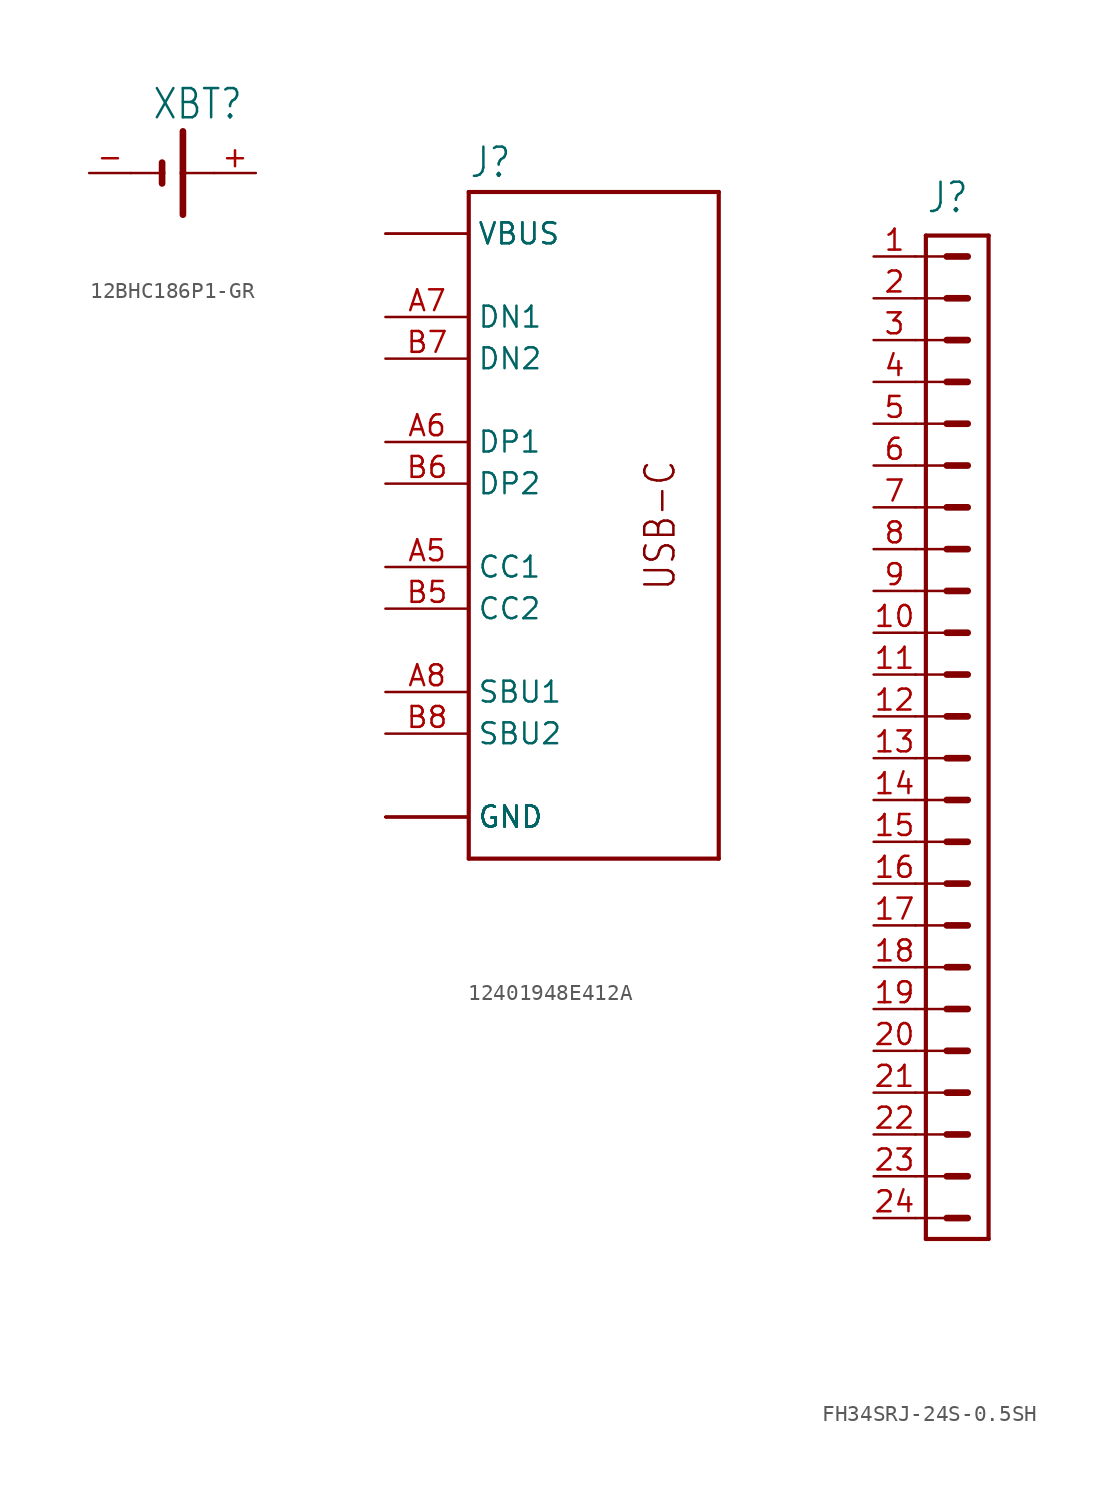
<source format=kicad_sym>
(kicad_symbol_lib
  (version 20231120)
  (generator "kicad_symbol_editor")
  (generator_version "8.0")
  (symbol "12BHC186P1-GR"
    (property "Reference" "XBT"
      (at -1.27 3.175 0)
      (effects (font (size 1.778 1.511)) (justify left bottom)))
    (property "Value" ""
      (at -1.27 -5.08 0)
      (effects (font (size 1.778 1.511)) (justify left bottom)))
    (property "ki_locked" ""
      (at 0 0 0)
      (effects (font (size 1.27 1.27))))
    (symbol "12BHC186P1-GR_1_0"
      (polyline (pts (xy -2.54 0) (xy -0.635 0)) (stroke (width 0.152) (type solid)) (fill (type none)))
      (polyline (pts (xy -0.635 0) (xy -0.635 -0.635)) (stroke (width 0.406) (type solid)) (fill (type none)))
      (polyline (pts (xy -0.635 0.635) (xy -0.635 0)) (stroke (width 0.406) (type solid)) (fill (type none)))
      (polyline (pts (xy 0.635 0) (xy 0.635 -2.54)) (stroke (width 0.406) (type solid)) (fill (type none)))
      (polyline (pts (xy 0.635 0) (xy 2.54 0)) (stroke (width 0.152) (type solid)) (fill (type none)))
      (polyline (pts (xy 0.635 2.54) (xy 0.635 0)) (stroke (width 0.406) (type solid)) (fill (type none)))
      (pin passive line (at 5.08 0 180) (length 2.54) (name "+" (effects (font (size 0 0)))) (number "+" (effects (font (size 1.27 1.27)))))
      (pin passive line (at -5.08 0 0) (length 2.54) (name "-" (effects (font (size 0 0)))) (number "-" (effects (font (size 1.27 1.27)))))))
  (symbol "12401948E412A"
    (property "Reference" "J"
      (at -10.16 13.462 0)
      (effects (font (size 1.778 1.511)) (justify left bottom)))
    (property "Value" ""
      (at -10.16 -30.48 0)
      (effects (font (size 1.778 1.511)) (justify left bottom)))
    (property "ki_locked" ""
      (at 0 0 0)
      (effects (font (size 1.27 1.27))))
    (symbol "12401948E412A_1_0"
      (polyline (pts (xy -10.16 -27.94) (xy 5.08 -27.94)) (stroke (width 0.254) (type solid)) (fill (type none)))
      (polyline (pts (xy -10.16 12.7) (xy -10.16 -27.94)) (stroke (width 0.254) (type solid)) (fill (type none)))
      (polyline (pts (xy 5.08 -27.94) (xy 5.08 12.7)) (stroke (width 0.254) (type solid)) (fill (type none)))
      (polyline (pts (xy 5.08 12.7) (xy -10.16 12.7)) (stroke (width 0.254) (type solid)) (fill (type none)))
      (text "USB-C" (at 2.54 -7.62 900) (effects (font (size 1.778 1.511)) (justify bottom)))
      (pin bidirectional line (at -15.24 -25.4 0) (length 5.08) (name "GND" (effects (font (size 1.27 1.27)))) (number "A1B12" (effects (font (size 0 0)))))
      (pin bidirectional line (at -15.24 10.16 0) (length 5.08) (name "VBUS" (effects (font (size 1.27 1.27)))) (number "A4B9" (effects (font (size 0 0)))))
      (pin bidirectional line (at -15.24 -10.16 0) (length 5.08) (name "CC1" (effects (font (size 1.27 1.27)))) (number "A5" (effects (font (size 1.27 1.27)))))
      (pin bidirectional line (at -15.24 -2.54 0) (length 5.08) (name "DP1" (effects (font (size 1.27 1.27)))) (number "A6" (effects (font (size 1.27 1.27)))))
      (pin bidirectional line (at -15.24 5.08 0) (length 5.08) (name "DN1" (effects (font (size 1.27 1.27)))) (number "A7" (effects (font (size 1.27 1.27)))))
      (pin bidirectional line (at -15.24 -17.78 0) (length 5.08) (name "SBU1" (effects (font (size 1.27 1.27)))) (number "A8" (effects (font (size 1.27 1.27)))))
      (pin bidirectional line (at -15.24 -25.4 0) (length 5.08) (name "GND" (effects (font (size 1.27 1.27)))) (number "B1A12" (effects (font (size 0 0)))))
      (pin bidirectional line (at -15.24 10.16 0) (length 5.08) (name "VBUS" (effects (font (size 1.27 1.27)))) (number "B4A9" (effects (font (size 0 0)))))
      (pin bidirectional line (at -15.24 -12.7 0) (length 5.08) (name "CC2" (effects (font (size 1.27 1.27)))) (number "B5" (effects (font (size 1.27 1.27)))))
      (pin bidirectional line (at -15.24 -5.08 0) (length 5.08) (name "DP2" (effects (font (size 1.27 1.27)))) (number "B6" (effects (font (size 1.27 1.27)))))
      (pin bidirectional line (at -15.24 2.54 0) (length 5.08) (name "DN2" (effects (font (size 1.27 1.27)))) (number "B7" (effects (font (size 1.27 1.27)))))
      (pin bidirectional line (at -15.24 -20.32 0) (length 5.08) (name "SBU2" (effects (font (size 1.27 1.27)))) (number "B8" (effects (font (size 1.27 1.27)))))
      (pin bidirectional line (at -15.24 -25.4 0) (length 5.08) (name "GND" (effects (font (size 1.27 1.27)))) (number "M1" (effects (font (size 0 0)))))
      (pin bidirectional line (at -15.24 -25.4 0) (length 5.08) (name "GND" (effects (font (size 1.27 1.27)))) (number "M2" (effects (font (size 0 0)))))
      (pin bidirectional line (at -15.24 -25.4 0) (length 5.08) (name "GND" (effects (font (size 1.27 1.27)))) (number "M3" (effects (font (size 0 0)))))
      (pin bidirectional line (at -15.24 -25.4 0) (length 5.08) (name "GND" (effects (font (size 1.27 1.27)))) (number "M4" (effects (font (size 0 0)))))))
  (symbol "FH34SRJ-24S-0.5SH"
    (property "Reference" "J"
      (at -1.905 30.48 0)
      (effects (font (size 1.778 1.511)) (justify left bottom)))
    (property "Value" ""
      (at -1.905 -34.608 0)
      (effects (font (size 1.778 1.511)) (justify left bottom)))
    (property "ki_locked" ""
      (at 0 0 0)
      (effects (font (size 1.27 1.27))))
    (symbol "FH34SRJ-24S-0.5SH_1_0"
      (polyline (pts (xy -2.54 -30.48) (xy -0.635 -30.48)) (stroke (width 0.152) (type solid)) (fill (type none)))
      (polyline (pts (xy -2.54 -27.94) (xy -0.635 -27.94)) (stroke (width 0.152) (type solid)) (fill (type none)))
      (polyline (pts (xy -2.54 -25.4) (xy -0.635 -25.4)) (stroke (width 0.152) (type solid)) (fill (type none)))
      (polyline (pts (xy -2.54 -22.86) (xy -0.635 -22.86)) (stroke (width 0.152) (type solid)) (fill (type none)))
      (polyline (pts (xy -2.54 -20.32) (xy -0.635 -20.32)) (stroke (width 0.152) (type solid)) (fill (type none)))
      (polyline (pts (xy -2.54 -17.78) (xy -0.635 -17.78)) (stroke (width 0.152) (type solid)) (fill (type none)))
      (polyline (pts (xy -2.54 -15.24) (xy -0.635 -15.24)) (stroke (width 0.152) (type solid)) (fill (type none)))
      (polyline (pts (xy -2.54 -12.7) (xy -0.635 -12.7)) (stroke (width 0.152) (type solid)) (fill (type none)))
      (polyline (pts (xy -2.54 -10.16) (xy -0.635 -10.16)) (stroke (width 0.152) (type solid)) (fill (type none)))
      (polyline (pts (xy -2.54 -7.62) (xy -0.635 -7.62)) (stroke (width 0.152) (type solid)) (fill (type none)))
      (polyline (pts (xy -2.54 -5.08) (xy -0.635 -5.08)) (stroke (width 0.152) (type solid)) (fill (type none)))
      (polyline (pts (xy -2.54 -2.54) (xy -0.635 -2.54)) (stroke (width 0.152) (type solid)) (fill (type none)))
      (polyline (pts (xy -2.54 0) (xy -0.635 0)) (stroke (width 0.152) (type solid)) (fill (type none)))
      (polyline (pts (xy -2.54 2.54) (xy -0.635 2.54)) (stroke (width 0.152) (type solid)) (fill (type none)))
      (polyline (pts (xy -2.54 5.08) (xy -0.635 5.08)) (stroke (width 0.152) (type solid)) (fill (type none)))
      (polyline (pts (xy -2.54 7.62) (xy -0.635 7.62)) (stroke (width 0.152) (type solid)) (fill (type none)))
      (polyline (pts (xy -2.54 10.16) (xy -0.635 10.16)) (stroke (width 0.152) (type solid)) (fill (type none)))
      (polyline (pts (xy -2.54 12.7) (xy -0.635 12.7)) (stroke (width 0.152) (type solid)) (fill (type none)))
      (polyline (pts (xy -2.54 15.24) (xy -0.635 15.24)) (stroke (width 0.152) (type solid)) (fill (type none)))
      (polyline (pts (xy -2.54 17.78) (xy -0.635 17.78)) (stroke (width 0.152) (type solid)) (fill (type none)))
      (polyline (pts (xy -2.54 20.32) (xy -0.635 20.32)) (stroke (width 0.152) (type solid)) (fill (type none)))
      (polyline (pts (xy -2.54 22.86) (xy -0.635 22.86)) (stroke (width 0.152) (type solid)) (fill (type none)))
      (polyline (pts (xy -2.54 25.4) (xy -0.635 25.4)) (stroke (width 0.152) (type solid)) (fill (type none)))
      (polyline (pts (xy -2.54 27.94) (xy -0.635 27.94)) (stroke (width 0.152) (type solid)) (fill (type none)))
      (polyline (pts (xy -1.905 -31.75) (xy -1.905 29.21)) (stroke (width 0.254) (type solid)) (fill (type none)))
      (polyline (pts (xy -1.905 -31.75) (xy 1.905 -31.75)) (stroke (width 0.254) (type solid)) (fill (type none)))
      (polyline (pts (xy -0.635 -30.48) (xy 0.635 -30.48)) (stroke (width 0.406) (type solid)) (fill (type none)))
      (polyline (pts (xy -0.635 -27.94) (xy 0.635 -27.94)) (stroke (width 0.406) (type solid)) (fill (type none)))
      (polyline (pts (xy -0.635 -25.4) (xy 0.635 -25.4)) (stroke (width 0.406) (type solid)) (fill (type none)))
      (polyline (pts (xy -0.635 -22.86) (xy 0.635 -22.86)) (stroke (width 0.406) (type solid)) (fill (type none)))
      (polyline (pts (xy -0.635 -20.32) (xy 0.635 -20.32)) (stroke (width 0.406) (type solid)) (fill (type none)))
      (polyline (pts (xy -0.635 -17.78) (xy 0.635 -17.78)) (stroke (width 0.406) (type solid)) (fill (type none)))
      (polyline (pts (xy -0.635 -15.24) (xy 0.635 -15.24)) (stroke (width 0.406) (type solid)) (fill (type none)))
      (polyline (pts (xy -0.635 -12.7) (xy 0.635 -12.7)) (stroke (width 0.406) (type solid)) (fill (type none)))
      (polyline (pts (xy -0.635 -10.16) (xy 0.635 -10.16)) (stroke (width 0.406) (type solid)) (fill (type none)))
      (polyline (pts (xy -0.635 -7.62) (xy 0.635 -7.62)) (stroke (width 0.406) (type solid)) (fill (type none)))
      (polyline (pts (xy -0.635 -5.08) (xy 0.635 -5.08)) (stroke (width 0.406) (type solid)) (fill (type none)))
      (polyline (pts (xy -0.635 -2.54) (xy 0.635 -2.54)) (stroke (width 0.406) (type solid)) (fill (type none)))
      (polyline (pts (xy -0.635 0) (xy 0.635 0)) (stroke (width 0.406) (type solid)) (fill (type none)))
      (polyline (pts (xy -0.635 2.54) (xy 0.635 2.54)) (stroke (width 0.406) (type solid)) (fill (type none)))
      (polyline (pts (xy -0.635 5.08) (xy 0.635 5.08)) (stroke (width 0.406) (type solid)) (fill (type none)))
      (polyline (pts (xy -0.635 7.62) (xy 0.635 7.62)) (stroke (width 0.406) (type solid)) (fill (type none)))
      (polyline (pts (xy -0.635 10.16) (xy 0.635 10.16)) (stroke (width 0.406) (type solid)) (fill (type none)))
      (polyline (pts (xy -0.635 12.7) (xy 0.635 12.7)) (stroke (width 0.406) (type solid)) (fill (type none)))
      (polyline (pts (xy -0.635 15.24) (xy 0.635 15.24)) (stroke (width 0.406) (type solid)) (fill (type none)))
      (polyline (pts (xy -0.635 17.78) (xy 0.635 17.78)) (stroke (width 0.406) (type solid)) (fill (type none)))
      (polyline (pts (xy -0.635 20.32) (xy 0.635 20.32)) (stroke (width 0.406) (type solid)) (fill (type none)))
      (polyline (pts (xy -0.635 22.86) (xy 0.635 22.86)) (stroke (width 0.406) (type solid)) (fill (type none)))
      (polyline (pts (xy -0.635 25.4) (xy 0.635 25.4)) (stroke (width 0.406) (type solid)) (fill (type none)))
      (polyline (pts (xy -0.635 27.94) (xy 0.635 27.94)) (stroke (width 0.406) (type solid)) (fill (type none)))
      (polyline (pts (xy 1.905 29.21) (xy -1.905 29.21)) (stroke (width 0.254) (type solid)) (fill (type none)))
      (polyline (pts (xy 1.905 29.21) (xy 1.905 -31.75)) (stroke (width 0.254) (type solid)) (fill (type none)))
      (pin passive line (at -5.08 27.94 0) (length 2.54) (name "1" (effects (font (size 0 0)))) (number "1" (effects (font (size 1.27 1.27)))))
      (pin passive line (at -5.08 5.08 0) (length 2.54) (name "10" (effects (font (size 0 0)))) (number "10" (effects (font (size 1.27 1.27)))))
      (pin passive line (at -5.08 2.54 0) (length 2.54) (name "11" (effects (font (size 0 0)))) (number "11" (effects (font (size 1.27 1.27)))))
      (pin passive line (at -5.08 0 0) (length 2.54) (name "12" (effects (font (size 0 0)))) (number "12" (effects (font (size 1.27 1.27)))))
      (pin passive line (at -5.08 -2.54 0) (length 2.54) (name "13" (effects (font (size 0 0)))) (number "13" (effects (font (size 1.27 1.27)))))
      (pin passive line (at -5.08 -5.08 0) (length 2.54) (name "14" (effects (font (size 0 0)))) (number "14" (effects (font (size 1.27 1.27)))))
      (pin passive line (at -5.08 -7.62 0) (length 2.54) (name "15" (effects (font (size 0 0)))) (number "15" (effects (font (size 1.27 1.27)))))
      (pin passive line (at -5.08 -10.16 0) (length 2.54) (name "16" (effects (font (size 0 0)))) (number "16" (effects (font (size 1.27 1.27)))))
      (pin passive line (at -5.08 -12.7 0) (length 2.54) (name "17" (effects (font (size 0 0)))) (number "17" (effects (font (size 1.27 1.27)))))
      (pin passive line (at -5.08 -15.24 0) (length 2.54) (name "18" (effects (font (size 0 0)))) (number "18" (effects (font (size 1.27 1.27)))))
      (pin passive line (at -5.08 -17.78 0) (length 2.54) (name "19" (effects (font (size 0 0)))) (number "19" (effects (font (size 1.27 1.27)))))
      (pin passive line (at -5.08 25.4 0) (length 2.54) (name "2" (effects (font (size 0 0)))) (number "2" (effects (font (size 1.27 1.27)))))
      (pin passive line (at -5.08 -20.32 0) (length 2.54) (name "20" (effects (font (size 0 0)))) (number "20" (effects (font (size 1.27 1.27)))))
      (pin passive line (at -5.08 -22.86 0) (length 2.54) (name "21" (effects (font (size 0 0)))) (number "21" (effects (font (size 1.27 1.27)))))
      (pin passive line (at -5.08 -25.4 0) (length 2.54) (name "22" (effects (font (size 0 0)))) (number "22" (effects (font (size 1.27 1.27)))))
      (pin passive line (at -5.08 -27.94 0) (length 2.54) (name "23" (effects (font (size 0 0)))) (number "23" (effects (font (size 1.27 1.27)))))
      (pin passive line (at -5.08 -30.48 0) (length 2.54) (name "24" (effects (font (size 0 0)))) (number "24" (effects (font (size 1.27 1.27)))))
      (pin passive line (at -5.08 22.86 0) (length 2.54) (name "3" (effects (font (size 0 0)))) (number "3" (effects (font (size 1.27 1.27)))))
      (pin passive line (at -5.08 20.32 0) (length 2.54) (name "4" (effects (font (size 0 0)))) (number "4" (effects (font (size 1.27 1.27)))))
      (pin passive line (at -5.08 17.78 0) (length 2.54) (name "5" (effects (font (size 0 0)))) (number "5" (effects (font (size 1.27 1.27)))))
      (pin passive line (at -5.08 15.24 0) (length 2.54) (name "6" (effects (font (size 0 0)))) (number "6" (effects (font (size 1.27 1.27)))))
      (pin passive line (at -5.08 12.7 0) (length 2.54) (name "7" (effects (font (size 0 0)))) (number "7" (effects (font (size 1.27 1.27)))))
      (pin passive line (at -5.08 10.16 0) (length 2.54) (name "8" (effects (font (size 0 0)))) (number "8" (effects (font (size 1.27 1.27)))))
      (pin passive line (at -5.08 7.62 0) (length 2.54) (name "9" (effects (font (size 0 0)))) (number "9" (effects (font (size 1.27 1.27))))))))
</source>
